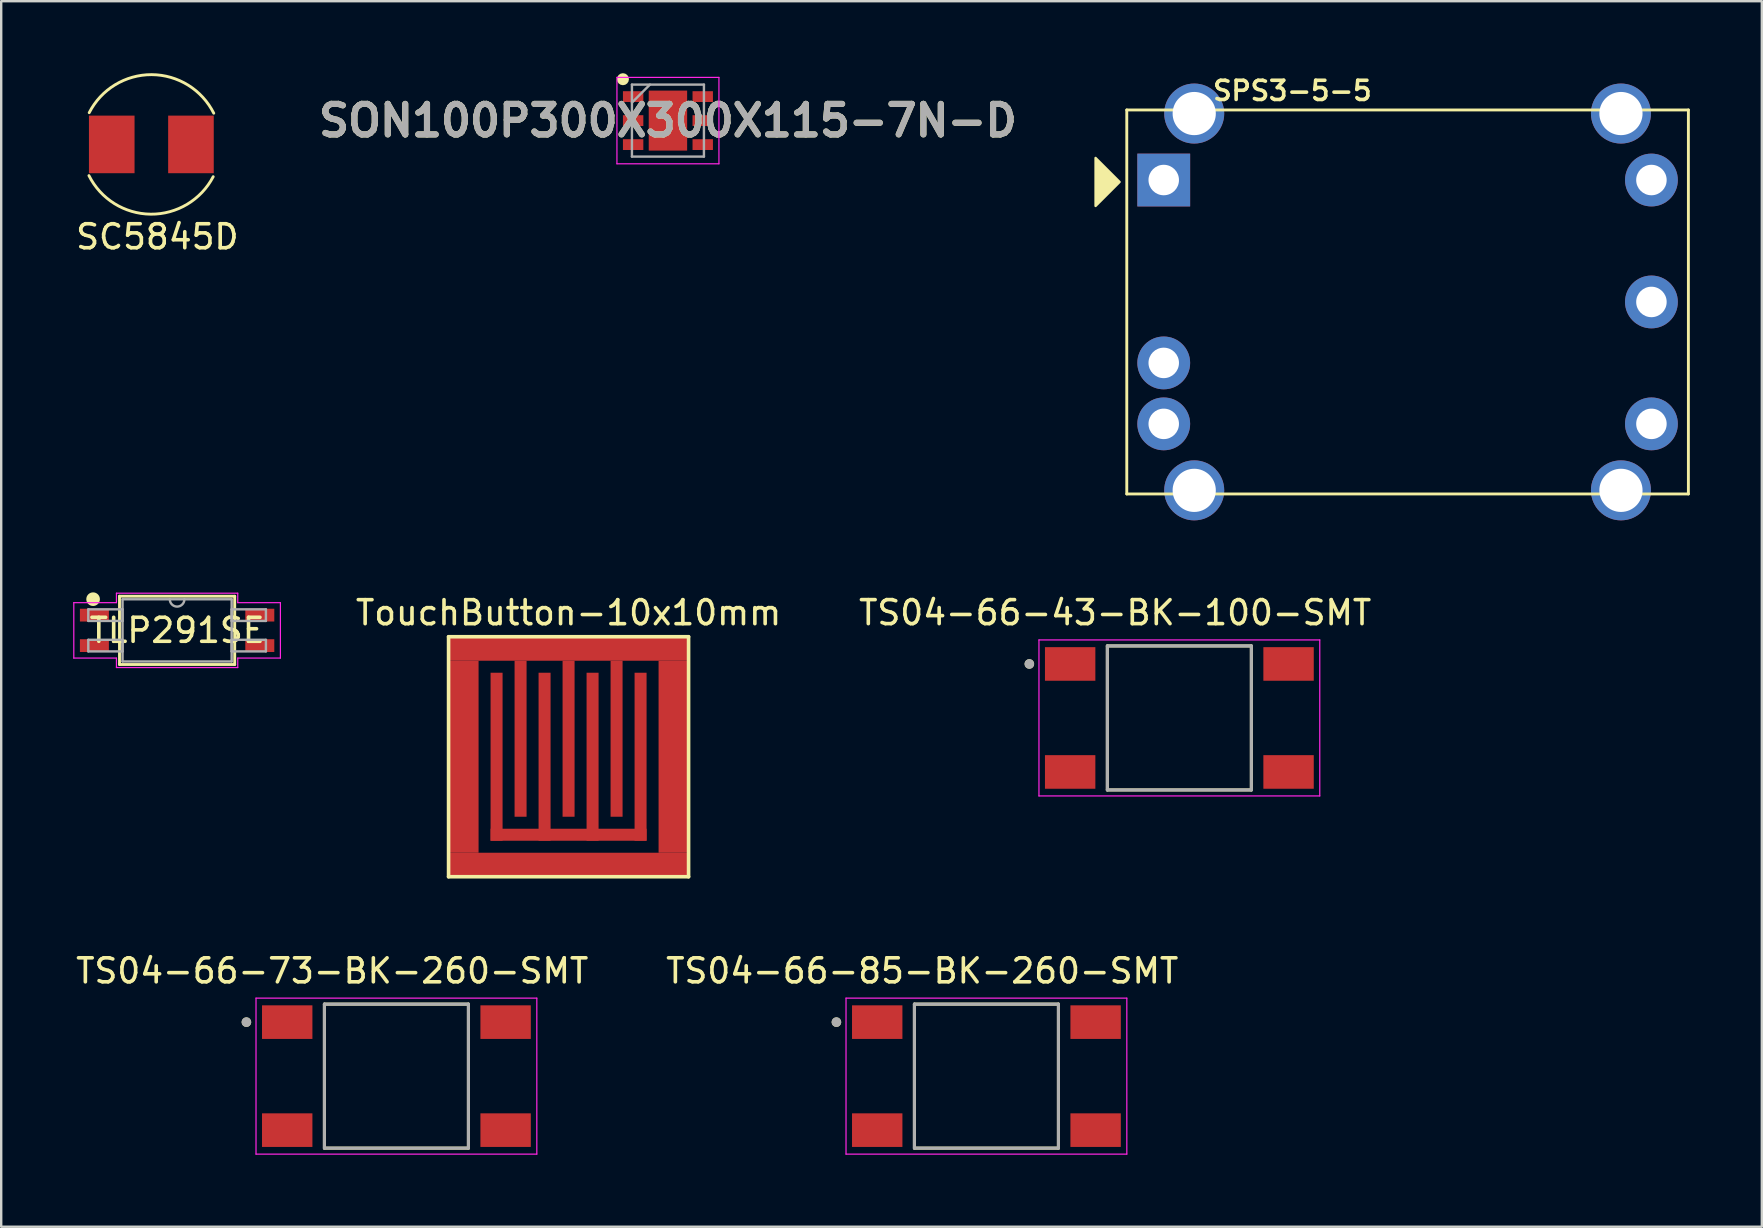
<source format=kicad_pcb>
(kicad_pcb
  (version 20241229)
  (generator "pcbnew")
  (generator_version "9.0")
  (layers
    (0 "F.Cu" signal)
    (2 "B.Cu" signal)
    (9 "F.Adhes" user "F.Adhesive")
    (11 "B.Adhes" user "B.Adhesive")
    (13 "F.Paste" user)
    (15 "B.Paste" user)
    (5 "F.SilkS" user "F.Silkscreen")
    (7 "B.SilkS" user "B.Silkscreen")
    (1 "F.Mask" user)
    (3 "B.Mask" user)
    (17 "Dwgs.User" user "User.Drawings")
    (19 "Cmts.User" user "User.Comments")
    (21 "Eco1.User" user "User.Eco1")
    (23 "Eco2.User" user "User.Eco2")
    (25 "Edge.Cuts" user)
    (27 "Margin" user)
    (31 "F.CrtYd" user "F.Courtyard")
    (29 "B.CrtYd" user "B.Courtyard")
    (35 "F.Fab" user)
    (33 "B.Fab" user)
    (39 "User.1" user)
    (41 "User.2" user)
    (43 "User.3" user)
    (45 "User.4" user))
  (footprint "TS04-66-43-BK-100-SMT"
    (layer "F.Cu")
    (at 46.089 26.864)
    (property "Reference" "TS04-66-43-BK-100-SMT" (at -2.675 -4.385 0) (layer "F.SilkS") (effects (font (size 1 1) (thickness 0.15))))
    (attr through_hole)
    (fp_line (start -3 -3) (end -3 3) (stroke (width 0.127) (type solid)) (layer "F.SilkS"))
    (fp_line (start -3 3) (end 3 3) (stroke (width 0.127) (type solid)) (layer "F.SilkS"))
    (fp_line (start 3 -3) (end -3 -3) (stroke (width 0.127) (type solid)) (layer "F.SilkS"))
    (fp_line (start 3 3) (end 3 -3) (stroke (width 0.127) (type solid)) (layer "F.SilkS"))
    (fp_circle (center -6.25 -2.25) (end -6.15 -2.25) (stroke (width 0.2) (type solid)) (fill no) (layer "F.SilkS"))
    (fp_line (start -5.85 -3.25) (end -5.85 3.25) (stroke (width 0.05) (type solid)) (layer "F.CrtYd"))
    (fp_line (start -5.85 3.25) (end 5.85 3.25) (stroke (width 0.05) (type solid)) (layer "F.CrtYd"))
    (fp_line (start 5.85 -3.25) (end -5.85 -3.25) (stroke (width 0.05) (type solid)) (layer "F.CrtYd"))
    (fp_line (start 5.85 3.25) (end 5.85 -3.25) (stroke (width 0.05) (type solid)) (layer "F.CrtYd"))
    (fp_line (start -3 -3) (end -3 3) (stroke (width 0.127) (type solid)) (layer "F.Fab"))
    (fp_line (start -3 3) (end 3 3) (stroke (width 0.127) (type solid)) (layer "F.Fab"))
    (fp_line (start 3 -3) (end -3 -3) (stroke (width 0.127) (type solid)) (layer "F.Fab"))
    (fp_line (start 3 3) (end 3 -3) (stroke (width 0.127) (type solid)) (layer "F.Fab"))
    (fp_circle (center -6.25 -2.25) (end -6.15 -2.25) (stroke (width 0.2) (type solid)) (fill no) (layer "F.Fab"))
    (pad "1" smd rect (at -4.55 -2.25) (size 2.1 1.4) (layers "F.Cu" "F.Mask" "F.Paste"))
    (pad "1" smd rect (at 4.55 -2.25) (size 2.1 1.4) (layers "F.Cu" "F.Mask" "F.Paste"))
    (pad "2" smd rect (at -4.55 2.25) (size 2.1 1.4) (layers "F.Cu" "F.Mask" "F.Paste"))
    (pad "2" smd rect (at 4.55 2.25) (size 2.1 1.4) (layers "F.Cu" "F.Mask" "F.Paste")))
  (footprint "TLP291SE"
    (layer "F.Cu")
    (at 4.329 23.215)
    (property "Reference" "TLP291SE" (at 0 0 0) (layer "F.SilkS") (effects (font (size 1 1) (thickness 0.15))))
    (attr through_hole)
    (fp_line (start -3.5 -1.3) (end -3.5 -1.2) (stroke (width 0.12) (type solid)) (layer "F.SilkS"))
    (fp_line (start -2.4 -1.422) (end -2.4 1.422) (stroke (width 0.12) (type solid)) (layer "F.SilkS"))
    (fp_line (start -2.4 1.422) (end 2.4 1.422) (stroke (width 0.12) (type solid)) (layer "F.SilkS"))
    (fp_line (start 2.4 -1.422) (end -2.4 -1.422) (stroke (width 0.12) (type solid)) (layer "F.SilkS"))
    (fp_line (start 2.4 1.422) (end 2.4 -1.422) (stroke (width 0.12) (type solid)) (layer "F.SilkS"))
    (fp_circle (center -3.5 -1.3) (end -3.5 -1.2) (stroke (width 0.12) (type solid)) (fill no) (layer "F.SilkS"))
    (fp_circle (center -3.5 -1.3) (end -3.4 -1.2) (stroke (width 0.12) (type solid)) (fill no) (layer "F.SilkS"))
    (fp_circle (center -3.5 -1.3) (end -3.4 -1.1) (stroke (width 0.12) (type solid)) (fill no) (layer "F.SilkS"))
    (fp_line (start -4.304 -1.155) (end -2.527 -1.155) (stroke (width 0.05) (type solid)) (layer "F.CrtYd"))
    (fp_line (start -4.304 1.155) (end -4.304 -1.155) (stroke (width 0.05) (type solid)) (layer "F.CrtYd"))
    (fp_line (start -2.527 -1.549) (end 2.527 -1.549) (stroke (width 0.05) (type solid)) (layer "F.CrtYd"))
    (fp_line (start -2.527 -1.155) (end -2.527 -1.549) (stroke (width 0.05) (type solid)) (layer "F.CrtYd"))
    (fp_line (start -2.527 1.155) (end -4.304 1.155) (stroke (width 0.05) (type solid)) (layer "F.CrtYd"))
    (fp_line (start -2.527 1.549) (end -2.527 1.155) (stroke (width 0.05) (type solid)) (layer "F.CrtYd"))
    (fp_line (start 2.527 -1.549) (end 2.527 -1.155) (stroke (width 0.05) (type solid)) (layer "F.CrtYd"))
    (fp_line (start 2.527 -1.155) (end 4.304 -1.155) (stroke (width 0.05) (type solid)) (layer "F.CrtYd"))
    (fp_line (start 2.527 1.155) (end 2.527 1.549) (stroke (width 0.05) (type solid)) (layer "F.CrtYd"))
    (fp_line (start 2.527 1.549) (end -2.527 1.549) (stroke (width 0.05) (type solid)) (layer "F.CrtYd"))
    (fp_line (start 4.304 -1.155) (end 4.304 1.155) (stroke (width 0.05) (type solid)) (layer "F.CrtYd"))
    (fp_line (start 4.304 1.155) (end 2.527 1.155) (stroke (width 0.05) (type solid)) (layer "F.CrtYd"))
    (fp_line (start -3.7 -0.876) (end -3.7 -0.394) (stroke (width 0.1) (type solid)) (layer "F.Fab"))
    (fp_line (start -3.7 -0.394) (end -2.273 -0.394) (stroke (width 0.1) (type solid)) (layer "F.Fab"))
    (fp_line (start -3.7 0.394) (end -3.7 0.876) (stroke (width 0.1) (type solid)) (layer "F.Fab"))
    (fp_line (start -3.7 0.876) (end -2.273 0.876) (stroke (width 0.1) (type solid)) (layer "F.Fab"))
    (fp_line (start -2.273 -1.295) (end -2.273 1.295) (stroke (width 0.1) (type solid)) (layer "F.Fab"))
    (fp_line (start -2.273 -0.876) (end -3.7 -0.876) (stroke (width 0.1) (type solid)) (layer "F.Fab"))
    (fp_line (start -2.273 -0.394) (end -2.273 -0.876) (stroke (width 0.1) (type solid)) (layer "F.Fab"))
    (fp_line (start -2.273 0.394) (end -3.7 0.394) (stroke (width 0.1) (type solid)) (layer "F.Fab"))
    (fp_line (start -2.273 0.876) (end -2.273 0.394) (stroke (width 0.1) (type solid)) (layer "F.Fab"))
    (fp_line (start -2.273 1.295) (end 2.273 1.295) (stroke (width 0.1) (type solid)) (layer "F.Fab"))
    (fp_line (start 2.273 -1.295) (end -2.273 -1.295) (stroke (width 0.1) (type solid)) (layer "F.Fab"))
    (fp_line (start 2.273 -0.876) (end 2.273 -0.394) (stroke (width 0.1) (type solid)) (layer "F.Fab"))
    (fp_line (start 2.273 -0.394) (end 3.7 -0.394) (stroke (width 0.1) (type solid)) (layer "F.Fab"))
    (fp_line (start 2.273 0.394) (end 2.273 0.876) (stroke (width 0.1) (type solid)) (layer "F.Fab"))
    (fp_line (start 2.273 0.876) (end 3.7 0.876) (stroke (width 0.1) (type solid)) (layer "F.Fab"))
    (fp_line (start 2.273 1.295) (end 2.273 -1.295) (stroke (width 0.1) (type solid)) (layer "F.Fab"))
    (fp_line (start 3.7 -0.876) (end 2.273 -0.876) (stroke (width 0.1) (type solid)) (layer "F.Fab"))
    (fp_line (start 3.7 -0.394) (end 3.7 -0.876) (stroke (width 0.1) (type solid)) (layer "F.Fab"))
    (fp_line (start 3.7 0.394) (end 2.273 0.394) (stroke (width 0.1) (type solid)) (layer "F.Fab"))
    (fp_line (start 3.7 0.876) (end 3.7 0.394) (stroke (width 0.1) (type solid)) (layer "F.Fab"))
    (fp_arc (start 0.3048 -1.2954) (mid 0 -0.9906) (end -0.3048 -1.2954) (stroke (width 0.1) (type solid)) (layer "F.Fab"))
    (pad "1" smd rect (at -3.446 -0.635) (size 1.208 0.533) (layers "F.Cu" "F.Mask" "F.Paste"))
    (pad "2" smd rect (at -3.446 0.635) (size 1.208 0.533) (layers "F.Cu" "F.Mask" "F.Paste"))
    (pad "3" smd rect (at 3.446 0.635) (size 1.208 0.533) (layers "F.Cu" "F.Mask" "F.Paste"))
    (pad "4" smd rect (at 3.446 -0.635) (size 1.208 0.533) (layers "F.Cu" "F.Mask" "F.Paste")))
  (footprint "SPS3-5-5"
    (layer "F.Cu")
    (at 55.598 9.531)
    (property "Reference" "SPS3-5-5" (at -4.8 -8.8 0) (layer "F.SilkS") (effects (font (size 0.8 0.8) (thickness 0.15))))
    (attr through_hole)
    (fp_line (start -11.7 -8) (end -11.7 8) (stroke (width 0.12) (type solid)) (layer "F.SilkS"))
    (fp_line (start -11.7 8) (end 11.7 8) (stroke (width 0.12) (type solid)) (layer "F.SilkS"))
    (fp_line (start 11.7 -8) (end -11.7 -8) (stroke (width 0.12) (type solid)) (layer "F.SilkS"))
    (fp_line (start 11.7 8) (end 11.7 -8) (stroke (width 0.12) (type solid)) (layer "F.SilkS"))
    (fp_poly (pts (xy -12 -5) (xy -13 -4) (xy -13 -6)) (stroke (width 0.1) (type solid)) (fill yes) (layer "F.SilkS"))
    (pad "1" thru_hole rect (at -10.16 -5.08) (size 2.2 2.2) (drill 1.27) (layers "*.Cu" "*.Mask"))
    (pad "2" thru_hole circle (at -10.16 2.54) (size 2.2 2.2) (drill 1.27) (layers "*.Cu" "*.Mask"))
    (pad "3" thru_hole circle (at -10.16 5.08) (size 2.2 2.2) (drill 1.27) (layers "*.Cu" "*.Mask"))
    (pad "4" thru_hole circle (at 10.16 5.08) (size 2.2 2.2) (drill 1.27) (layers "*.Cu" "*.Mask"))
    (pad "5" thru_hole circle (at 10.16 0) (size 2.2 2.2) (drill 1.27) (layers "*.Cu" "*.Mask"))
    (pad "6" thru_hole circle (at 10.16 -5.08) (size 2.2 2.2) (drill 1.27) (layers "*.Cu" "*.Mask"))
    (pad "7" thru_hole circle (at -8.89 -7.85) (size 2.5 2.5) (drill 1.8) (layers "*.Cu" "*.Mask"))
    (pad "7" thru_hole circle (at -8.89 7.85) (size 2.5 2.5) (drill 1.8) (layers "*.Cu" "*.Mask"))
    (pad "7" thru_hole circle (at 8.89 -7.85) (size 2.5 2.5) (drill 1.8) (layers "*.Cu" "*.Mask"))
    (pad "7" thru_hole circle (at 8.89 7.85) (size 2.5 2.5) (drill 1.8) (layers "*.Cu" "*.Mask")))
  (footprint "SON100P300X300X115-7N-D"
    (layer "F.Cu")
    (at 24.78 1.975)
    (property "Reference" "SON100P300X300X115-7N-D" (at 0 0 0) (layer "F.SilkS") (effects (font (size 1.27 1.27) (thickness 0.254))))
    (attr smd)
    (fp_circle (center -1.875 -1.725) (end -1.875 -1.6) (stroke (width 0.25) (type solid)) (fill no) (layer "F.SilkS"))
    (fp_line (start -2.125 -1.8) (end 2.125 -1.8) (stroke (width 0.05) (type solid)) (layer "F.CrtYd"))
    (fp_line (start -2.125 1.8) (end -2.125 -1.8) (stroke (width 0.05) (type solid)) (layer "F.CrtYd"))
    (fp_line (start 2.125 -1.8) (end 2.125 1.8) (stroke (width 0.05) (type solid)) (layer "F.CrtYd"))
    (fp_line (start 2.125 1.8) (end -2.125 1.8) (stroke (width 0.05) (type solid)) (layer "F.CrtYd"))
    (fp_line (start -1.5 -1.5) (end 1.5 -1.5) (stroke (width 0.1) (type solid)) (layer "F.Fab"))
    (fp_line (start -1.5 -0.75) (end -0.75 -1.5) (stroke (width 0.1) (type solid)) (layer "F.Fab"))
    (fp_line (start -1.5 1.5) (end -1.5 -1.5) (stroke (width 0.1) (type solid)) (layer "F.Fab"))
    (fp_line (start 1.5 -1.5) (end 1.5 1.5) (stroke (width 0.1) (type solid)) (layer "F.Fab"))
    (fp_line (start 1.5 1.5) (end -1.5 1.5) (stroke (width 0.1) (type solid)) (layer "F.Fab"))
    (fp_text user "${REFERENCE}" (at 0 0 0) (layer "F.Fab") (effects (font (size 1.27 1.27) (thickness 0.254))))
    (pad "1" smd rect (at -1.45 -1 90) (size 0.45 0.85) (layers "F.Cu" "F.Mask" "F.Paste"))
    (pad "2" smd rect (at -1.45 0 90) (size 0.45 0.85) (layers "F.Cu" "F.Mask" "F.Paste"))
    (pad "3" smd rect (at -1.45 1 90) (size 0.45 0.85) (layers "F.Cu" "F.Mask" "F.Paste"))
    (pad "4" smd rect (at 1.45 1 90) (size 0.45 0.85) (layers "F.Cu" "F.Mask" "F.Paste"))
    (pad "5" smd rect (at 1.45 0 90) (size 0.45 0.85) (layers "F.Cu" "F.Mask" "F.Paste"))
    (pad "6" smd rect (at 1.45 -1 90) (size 0.45 0.85) (layers "F.Cu" "F.Mask" "F.Paste"))
    (pad "7" smd rect (at 0 0) (size 1.6 2.5) (layers "F.Cu" "F.Mask" "F.Paste")))
  (footprint "TS04-66-85-BK-260-SMT"
    (layer "F.Cu")
    (at 38.05 41.788)
    (property "Reference" "TS04-66-85-BK-260-SMT" (at -2.675 -4.385 0) (layer "F.SilkS") (effects (font (size 1 1) (thickness 0.15))))
    (attr smd)
    (fp_line (start -3 -3) (end -3 3) (stroke (width 0.127) (type solid)) (layer "F.SilkS"))
    (fp_line (start -3 3) (end 3 3) (stroke (width 0.127) (type solid)) (layer "F.SilkS"))
    (fp_line (start 3 -3) (end -3 -3) (stroke (width 0.127) (type solid)) (layer "F.SilkS"))
    (fp_line (start 3 3) (end 3 -3) (stroke (width 0.127) (type solid)) (layer "F.SilkS"))
    (fp_circle (center -6.25 -2.25) (end -6.15 -2.25) (stroke (width 0.2) (type solid)) (fill no) (layer "F.SilkS"))
    (fp_line (start -5.85 -3.25) (end -5.85 3.25) (stroke (width 0.05) (type solid)) (layer "F.CrtYd"))
    (fp_line (start -5.85 3.25) (end 5.85 3.25) (stroke (width 0.05) (type solid)) (layer "F.CrtYd"))
    (fp_line (start 5.85 -3.25) (end -5.85 -3.25) (stroke (width 0.05) (type solid)) (layer "F.CrtYd"))
    (fp_line (start 5.85 3.25) (end 5.85 -3.25) (stroke (width 0.05) (type solid)) (layer "F.CrtYd"))
    (fp_line (start -3 -3) (end -3 3) (stroke (width 0.127) (type solid)) (layer "F.Fab"))
    (fp_line (start -3 3) (end 3 3) (stroke (width 0.127) (type solid)) (layer "F.Fab"))
    (fp_line (start 3 -3) (end -3 -3) (stroke (width 0.127) (type solid)) (layer "F.Fab"))
    (fp_line (start 3 3) (end 3 -3) (stroke (width 0.127) (type solid)) (layer "F.Fab"))
    (fp_circle (center -6.25 -2.25) (end -6.15 -2.25) (stroke (width 0.2) (type solid)) (fill no) (layer "F.Fab"))
    (pad "1" smd rect (at -4.55 -2.25) (size 2.1 1.4) (layers "F.Cu" "F.Mask" "F.Paste"))
    (pad "1" smd rect (at 4.55 -2.25) (size 2.1 1.4) (layers "F.Cu" "F.Mask" "F.Paste"))
    (pad "2" smd rect (at -4.55 2.25) (size 2.1 1.4) (layers "F.Cu" "F.Mask" "F.Paste"))
    (pad "2" smd rect (at 4.55 2.25) (size 2.1 1.4) (layers "F.Cu" "F.Mask" "F.Paste")))
  (footprint "TS04-66-73-BK-260-SMT"
    (layer "F.Cu")
    (at 13.467 41.788)
    (property "Reference" "TS04-66-73-BK-260-SMT" (at -2.675 -4.385 0) (layer "F.SilkS") (effects (font (size 1 1) (thickness 0.15))))
    (attr through_hole)
    (fp_line (start -3 -3) (end -3 3) (stroke (width 0.127) (type solid)) (layer "F.SilkS"))
    (fp_line (start -3 3) (end 3 3) (stroke (width 0.127) (type solid)) (layer "F.SilkS"))
    (fp_line (start 3 -3) (end -3 -3) (stroke (width 0.127) (type solid)) (layer "F.SilkS"))
    (fp_line (start 3 3) (end 3 -3) (stroke (width 0.127) (type solid)) (layer "F.SilkS"))
    (fp_circle (center -6.25 -2.25) (end -6.15 -2.25) (stroke (width 0.2) (type solid)) (fill no) (layer "F.SilkS"))
    (fp_line (start -5.85 -3.25) (end -5.85 3.25) (stroke (width 0.05) (type solid)) (layer "F.CrtYd"))
    (fp_line (start -5.85 3.25) (end 5.85 3.25) (stroke (width 0.05) (type solid)) (layer "F.CrtYd"))
    (fp_line (start 5.85 -3.25) (end -5.85 -3.25) (stroke (width 0.05) (type solid)) (layer "F.CrtYd"))
    (fp_line (start 5.85 3.25) (end 5.85 -3.25) (stroke (width 0.05) (type solid)) (layer "F.CrtYd"))
    (fp_line (start -3 -3) (end -3 3) (stroke (width 0.127) (type solid)) (layer "F.Fab"))
    (fp_line (start -3 3) (end 3 3) (stroke (width 0.127) (type solid)) (layer "F.Fab"))
    (fp_line (start 3 -3) (end -3 -3) (stroke (width 0.127) (type solid)) (layer "F.Fab"))
    (fp_line (start 3 3) (end 3 -3) (stroke (width 0.127) (type solid)) (layer "F.Fab"))
    (fp_circle (center -6.25 -2.25) (end -6.15 -2.25) (stroke (width 0.2) (type solid)) (fill no) (layer "F.Fab"))
    (pad "1" smd rect (at -4.55 -2.25) (size 2.1 1.4) (layers "F.Cu" "F.Mask" "F.Paste"))
    (pad "1" smd rect (at 4.55 -2.25) (size 2.1 1.4) (layers "F.Cu" "F.Mask" "F.Paste"))
    (pad "2" smd rect (at -4.55 2.25) (size 2.1 1.4) (layers "F.Cu" "F.Mask" "F.Paste"))
    (pad "2" smd rect (at 4.55 2.25) (size 2.1 1.4) (layers "F.Cu" "F.Mask" "F.Paste")))
  (footprint "SC5845D"
    (layer "F.Cu")
    (at 3.256 2.967)
    (property "Reference" "SC5845D" (at 0.25 3.85 0) (layer "F.SilkS") (effects (font (size 1 1) (thickness 0.15))))
    (attr through_hole)
    (fp_arc (start -2.588889 -1.321986) (mid 0.012317 -2.906861) (end 2.599999 -1.299999) (stroke (width 0.12) (type solid)) (layer "F.SilkS"))
    (fp_arc (start 2.577202 1.344628) (mid -0.025057 2.906779) (end -2.599999 1.299999) (stroke (width 0.12) (type solid)) (layer "F.SilkS"))
    (pad "1" smd rect (at -1.65 0) (size 1.9 2.4) (layers "F.Cu" "F.Mask" "F.Paste"))
    (pad "2" smd rect (at 1.65 0) (size 1.9 2.4) (layers "F.Cu" "F.Mask" "F.Paste")))
  (footprint "TouchButton-10x10mm"
    (layer "F.Cu")
    (at 20.64 28.48)
    (property "Reference" "TouchButton-10x10mm" (at 0 -6 0) (layer "F.SilkS") (effects (font (size 1 1) (thickness 0.15))))
    (fp_line (start -5 -5) (end 5 -5) (stroke (width 0.15) (type solid)) (layer "F.SilkS"))
    (fp_line (start -5 5) (end -5 -5) (stroke (width 0.15) (type solid)) (layer "F.SilkS"))
    (fp_line (start 5 -5) (end 5 5) (stroke (width 0.15) (type solid)) (layer "F.SilkS"))
    (fp_line (start 5 5) (end -5 5) (stroke (width 0.15) (type solid)) (layer "F.SilkS"))
    (pad "1" smd rect (at -4.375 0) (size 1.25 8) (layers "F.Cu"))
    (pad "1" smd rect (at -2 -0.75) (size 0.5 6.5) (layers "F.Cu"))
    (pad "1" smd rect (at 0 -4.5) (size 10 1) (layers "F.Cu"))
    (pad "1" smd rect (at 0 -0.75) (size 0.5 6.5) (layers "F.Cu"))
    (pad "1" smd rect (at 0 4.5) (size 10 1) (layers "F.Cu"))
    (pad "1" smd rect (at 2 -0.75) (size 0.5 6.5) (layers "F.Cu"))
    (pad "1" smd rect (at 4.375 0) (size 1.25 8) (layers "F.Cu"))
    (pad "2" smd rect (at -3 0) (size 0.5 7) (layers "F.Cu"))
    (pad "2" smd rect (at -1 0) (size 0.5 7) (layers "F.Cu"))
    (pad "2" smd rect (at 0 3.25) (size 6.5 0.5) (layers "F.Cu"))
    (pad "2" smd rect (at 1 0) (size 0.5 7) (layers "F.Cu"))
    (pad "2" smd rect (at 3 0) (size 0.5 7) (layers "F.Cu")))
  (gr_rect
    (start -3 -3)
    (end 70.358 48.063)
    (stroke (width 0.1) (type default))
    (fill no)
    (layer "Edge.Cuts")))
</source>
